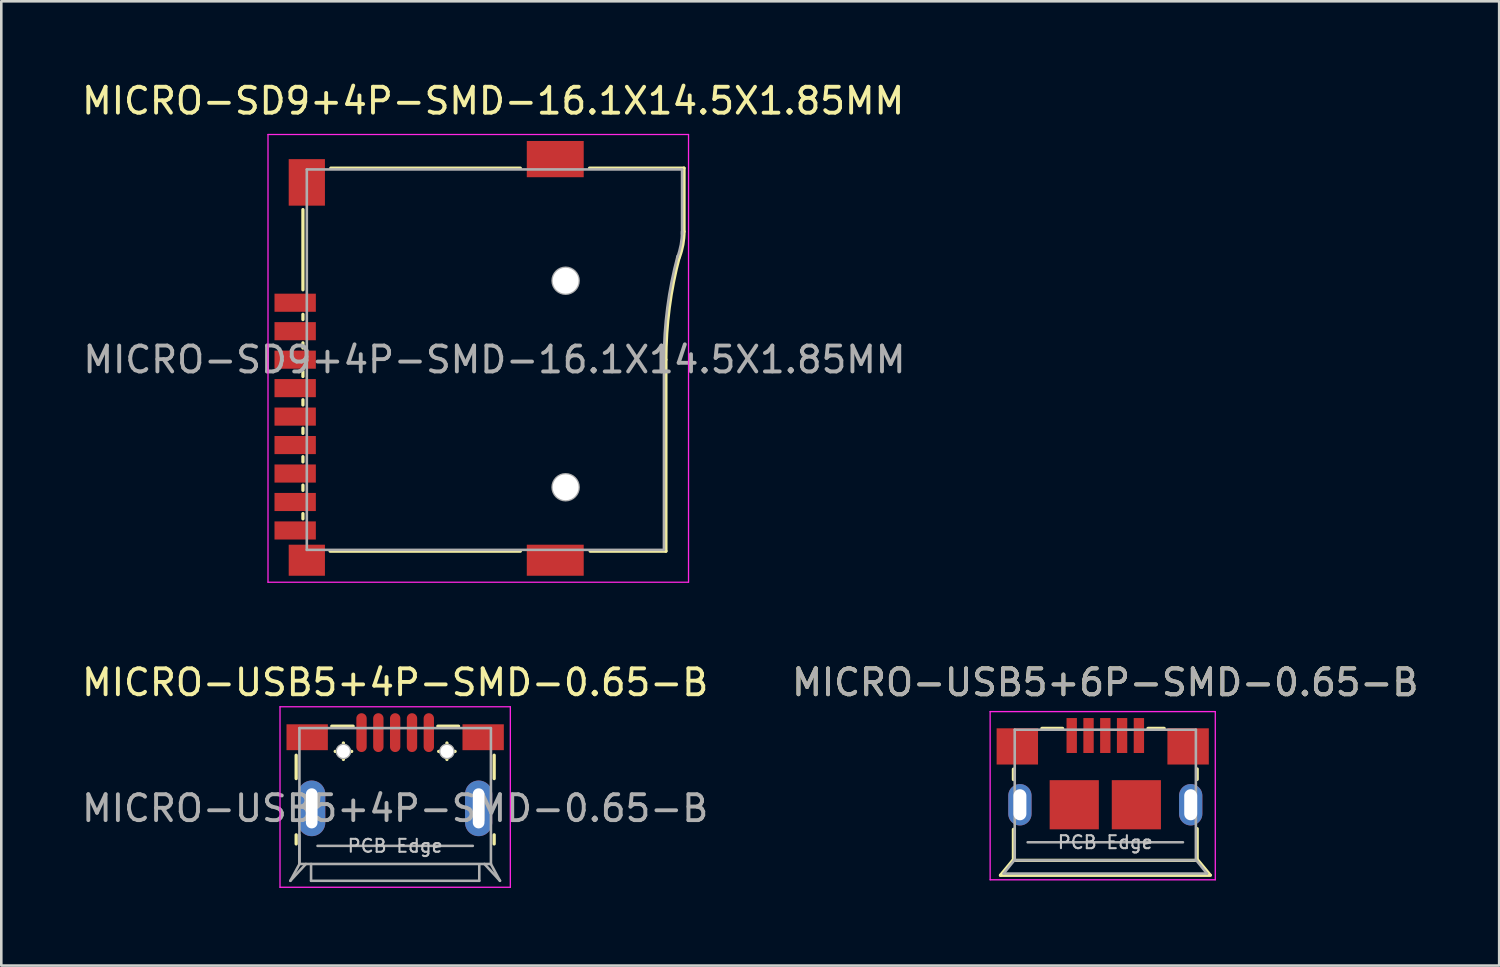
<source format=kicad_pcb>
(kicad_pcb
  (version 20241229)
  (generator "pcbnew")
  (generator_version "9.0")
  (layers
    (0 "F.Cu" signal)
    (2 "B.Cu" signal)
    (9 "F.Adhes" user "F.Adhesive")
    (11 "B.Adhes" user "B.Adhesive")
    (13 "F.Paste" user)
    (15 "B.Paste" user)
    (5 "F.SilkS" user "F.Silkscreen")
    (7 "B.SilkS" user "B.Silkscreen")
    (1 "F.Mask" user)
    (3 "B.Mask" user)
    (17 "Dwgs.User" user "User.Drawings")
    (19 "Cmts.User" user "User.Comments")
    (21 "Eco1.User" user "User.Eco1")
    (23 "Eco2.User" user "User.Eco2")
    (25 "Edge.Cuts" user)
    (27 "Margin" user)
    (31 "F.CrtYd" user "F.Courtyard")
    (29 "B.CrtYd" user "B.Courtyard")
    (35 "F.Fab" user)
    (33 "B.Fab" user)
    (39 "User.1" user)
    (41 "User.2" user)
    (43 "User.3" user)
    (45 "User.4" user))
  (footprint "MICRO-USB5+4P-SMD-0.65-B"
    (layer "F.Cu")
    (at 12.22 28.186)
    (property "Reference" "MICRO-USB5+4P-SMD-0.65-B" (at 0 -4.864 0) (layer "F.SilkS") (effects (font (size 1 1) (thickness 0.15))))
    (attr smd)
    (fp_line (start -3.825 -1.15) (end -3.825 -2.052) (stroke (width 0.127) (type solid)) (layer "F.SilkS"))
    (fp_line (start -3.825 1.375) (end -3.825 1.024) (stroke (width 0.127) (type solid)) (layer "F.SilkS"))
    (fp_line (start -2.45 -3.175) (end -1.625 -3.175) (stroke (width 0.127) (type solid)) (layer "F.SilkS"))
    (fp_line (start -2.316 -2.2) (end -1.681 -2.2) (stroke (width 0.127) (type solid)) (layer "F.SilkS"))
    (fp_line (start -2 -1.89) (end -2 -2.525) (stroke (width 0.127) (type solid)) (layer "F.SilkS"))
    (fp_line (start 1.65 -3.175) (end 2.45 -3.175) (stroke (width 0.127) (type solid)) (layer "F.SilkS"))
    (fp_line (start 1.681 -2.2) (end 2.316 -2.2) (stroke (width 0.127) (type solid)) (layer "F.SilkS"))
    (fp_line (start 2 -1.89) (end 2 -2.525) (stroke (width 0.127) (type solid)) (layer "F.SilkS"))
    (fp_line (start 3.825 -2.052) (end 3.825 -1.15) (stroke (width 0.127) (type solid)) (layer "F.SilkS"))
    (fp_line (start 3.825 1.024) (end 3.825 1.375) (stroke (width 0.127) (type solid)) (layer "F.SilkS"))
    (fp_circle (center -2 -2.2) (end -1.777 -2.2) (stroke (width 0.127) (type solid)) (fill no) (layer "F.SilkS"))
    (fp_circle (center 2 -2.2) (end 2.223 -2.2) (stroke (width 0.127) (type solid)) (fill no) (layer "F.SilkS"))
    (fp_line (start -4.45 -3.925) (end -4.45 3.05) (stroke (width 0.05) (type solid)) (layer "F.CrtYd"))
    (fp_line (start -4.45 3.05) (end 4.45 3.05) (stroke (width 0.05) (type solid)) (layer "F.CrtYd"))
    (fp_line (start 4.45 -3.925) (end -4.45 -3.925) (stroke (width 0.05) (type solid)) (layer "F.CrtYd"))
    (fp_line (start 4.45 3.05) (end 4.45 -3.925) (stroke (width 0.05) (type solid)) (layer "F.CrtYd"))
    (fp_line (start -3.702 -3.1) (end 3.698 -3.1) (stroke (width 0.1) (type solid)) (layer "F.Fab"))
    (fp_line (start -3.7 -3.1) (end -3.7 2.15) (stroke (width 0.1) (type solid)) (layer "F.Fab"))
    (fp_line (start -3.7 2.15) (end -3.7 1.024) (stroke (width 0.1) (type solid)) (layer "F.Fab"))
    (fp_line (start -3.7 2.15) (end 3.7 2.15) (stroke (width 0.1) (type solid)) (layer "F.Fab"))
    (fp_line (start -3.698 2.15) (end -4.05 2.8) (stroke (width 0.1) (type solid)) (layer "F.Fab"))
    (fp_line (start -3.45 2.15) (end -4.05 2.8) (stroke (width 0.1) (type solid)) (layer "F.Fab"))
    (fp_line (start -3.25 2.15) (end -3.25 2.8) (stroke (width 0.1) (type solid)) (layer "F.Fab"))
    (fp_line (start -3.25 2.8) (end 3.25 2.8) (stroke (width 0.1) (type solid)) (layer "F.Fab"))
    (fp_line (start 3 1.45) (end -3 1.45) (stroke (width 0.1) (type solid)) (layer "F.Fab"))
    (fp_line (start 3.25 2.175) (end 3.25 2.8) (stroke (width 0.1) (type solid)) (layer "F.Fab"))
    (fp_line (start 3.45 2.15) (end 4.05 2.8) (stroke (width 0.1) (type solid)) (layer "F.Fab"))
    (fp_line (start 3.698 2.15) (end 4.05 2.8) (stroke (width 0.1) (type solid)) (layer "F.Fab"))
    (fp_line (start 3.7 -3.1) (end 3.7 2.15) (stroke (width 0.1) (type solid)) (layer "F.Fab"))
    (fp_circle (center -2 -2.2) (end -1.75 -2.2) (stroke (width 0.1) (type solid)) (fill no) (layer "F.Fab"))
    (fp_circle (center 2 -2.2) (end 2.25 -2.2) (stroke (width 0.1) (type solid)) (fill no) (layer "F.Fab"))
    (fp_text user "PCB Edge" (at 0 1.45 0) (layer "Dwgs.User") (effects (font (size 0.5 0.5) (thickness 0.08))))
    (fp_text user "${REFERENCE}" (at 0 0 0) (layer "F.Fab") (effects (font (size 1 1) (thickness 0.15))))
    (pad "" np_thru_hole circle (at -2 -2.2) (size 0.5 0.5) (drill 0.5) (layers "*.Cu" "*.Mask"))
    (pad "" np_thru_hole circle (at 2 -2.2) (size 0.5 0.5) (drill 0.5) (layers "*.Cu" "*.Mask"))
    (pad "1" smd oval (at -1.3 -2.926 180) (size 0.4 1.5) (layers "F.Cu" "F.Mask" "F.Paste"))
    (pad "2" smd oval (at -0.65 -2.926 180) (size 0.4 1.5) (layers "F.Cu" "F.Mask" "F.Paste"))
    (pad "3" smd oval (at 0 -2.926 180) (size 0.4 1.5) (layers "F.Cu" "F.Mask" "F.Paste"))
    (pad "4" smd oval (at 0.65 -2.926 180) (size 0.4 1.5) (layers "F.Cu" "F.Mask" "F.Paste"))
    (pad "5" smd oval (at 1.3 -2.926 180) (size 0.4 1.5) (layers "F.Cu" "F.Mask" "F.Paste"))
    (pad "6" smd rect (at -3.4 -2.748 90) (size 1 1.598) (layers "F.Cu" "F.Mask" "F.Paste"))
    (pad "6" thru_hole oval (at -3.225 0 180) (size 1.05 2.15) (drill oval 0.45 1.55) (layers "*.Cu" "*.Mask"))
    (pad "6" thru_hole oval (at 3.225 0 180) (size 1.05 2.15) (drill oval 0.45 1.55) (layers "*.Cu" "*.Mask"))
    (pad "6" smd rect (at 3.4 -2.748 270) (size 1 1.598) (layers "F.Cu" "F.Mask" "F.Paste")))
  (footprint "MICRO-SD9+4P-SMD-16.1X14.5X1.85MM"
    (layer "F.Cu")
    (at 16.056 10.848)
    (property "Reference" "MICRO-SD9+4P-SMD-16.1X14.5X1.85MM" (at -0.05 -10 0) (layer "F.SilkS") (effects (font (size 1 1) (thickness 0.15))))
    (attr smd)
    (fp_line (start -7.4 -5.799) (end -7.4 -2.7) (stroke (width 0.127) (type solid)) (layer "F.SilkS"))
    (fp_line (start -7.4 -1.751) (end -7.4 -1.55) (stroke (width 0.127) (type solid)) (layer "F.SilkS"))
    (fp_line (start -7.4 -0.651) (end -7.4 -0.45) (stroke (width 0.127) (type solid)) (layer "F.SilkS"))
    (fp_line (start -7.4 0.449) (end -7.4 0.65) (stroke (width 0.127) (type solid)) (layer "F.SilkS"))
    (fp_line (start -7.4 1.549) (end -7.4 1.75) (stroke (width 0.127) (type solid)) (layer "F.SilkS"))
    (fp_line (start -7.4 2.649) (end -7.4 2.85) (stroke (width 0.127) (type solid)) (layer "F.SilkS"))
    (fp_line (start -7.4 3.749) (end -7.4 3.95) (stroke (width 0.127) (type solid)) (layer "F.SilkS"))
    (fp_line (start -7.4 4.849) (end -7.4 5.05) (stroke (width 0.127) (type solid)) (layer "F.SilkS"))
    (fp_line (start -7.4 5.949) (end -7.4 6.15) (stroke (width 0.127) (type solid)) (layer "F.SilkS"))
    (fp_line (start -6.35 7.4) (end 1 7.4) (stroke (width 0.127) (type solid)) (layer "F.SilkS"))
    (fp_line (start 1 -7.4) (end -6.325 -7.4) (stroke (width 0.127) (type solid)) (layer "F.SilkS"))
    (fp_line (start 2.3 -3.05) (end 3.202 -3.05) (stroke (width 0.127) (type solid)) (layer "F.SilkS"))
    (fp_line (start 2.3 4.925) (end 3.202 4.925) (stroke (width 0.127) (type solid)) (layer "F.SilkS"))
    (fp_line (start 2.75 -2.598) (end 2.75 -3.498) (stroke (width 0.127) (type solid)) (layer "F.SilkS"))
    (fp_line (start 2.75 5.374) (end 2.75 4.475) (stroke (width 0.127) (type solid)) (layer "F.SilkS"))
    (fp_line (start 3.7 7.4) (end 6.625 7.4) (stroke (width 0.127) (type solid)) (layer "F.SilkS"))
    (fp_line (start 6.625 0) (end 6.625 7.4) (stroke (width 0.127) (type solid)) (layer "F.SilkS"))
    (fp_line (start 7.325 -7.4) (end 3.675 -7.4) (stroke (width 0.127) (type solid)) (layer "F.SilkS"))
    (fp_line (start 7.325 -7.4) (end 7.325 -4.95) (stroke (width 0.127) (type solid)) (layer "F.SilkS"))
    (fp_arc (start 6.623554 -0.001246) (mid 6.755731 -2.017876) (end 7.15 -4) (stroke (width 0.127) (type solid)) (layer "F.SilkS"))
    (fp_arc (start 7.325 -4.95) (mid 7.278848 -4.442878) (end 7.14191 -3.952419) (stroke (width 0.127) (type solid)) (layer "F.SilkS"))
    (fp_circle (center 2.75 -3.05) (end 3.066 -3.05) (stroke (width 0.127) (type solid)) (fill no) (layer "F.SilkS"))
    (fp_circle (center 2.75 4.93) (end 3.066 4.93) (stroke (width 0.127) (type solid)) (fill no) (layer "F.SilkS"))
    (fp_line (start -8.75 -8.7) (end 7.5 -8.7) (stroke (width 0.05) (type solid)) (layer "F.CrtYd"))
    (fp_line (start -8.75 8.6) (end -8.75 -8.7) (stroke (width 0.05) (type solid)) (layer "F.CrtYd"))
    (fp_line (start 7.5 -8.7) (end 7.5 8.6) (stroke (width 0.05) (type solid)) (layer "F.CrtYd"))
    (fp_line (start 7.5 8.6) (end -8.75 8.6) (stroke (width 0.05) (type solid)) (layer "F.CrtYd"))
    (fp_line (start -7.25 -7.35) (end 7.25 -7.35) (stroke (width 0.1) (type solid)) (layer "F.Fab"))
    (fp_line (start -7.25 7.35) (end -7.25 -7.35) (stroke (width 0.1) (type solid)) (layer "F.Fab"))
    (fp_line (start -7.25 7.35) (end 6.55 7.35) (stroke (width 0.1) (type solid)) (layer "F.Fab"))
    (fp_line (start 6.55 0) (end 6.55 7.35) (stroke (width 0.1) (type solid)) (layer "F.Fab"))
    (fp_line (start 7.25 -4.85) (end 7.25 -7.35) (stroke (width 0.1) (type solid)) (layer "F.Fab"))
    (fp_arc (start 6.55 0) (mid 6.682177 -2.01663) (end 7.076446 -3.998754) (stroke (width 0.1) (type solid)) (layer "F.Fab"))
    (fp_arc (start 7.25 -4.95) (mid 7.203848 -4.442878) (end 7.06691 -3.952419) (stroke (width 0.1) (type solid)) (layer "F.Fab"))
    (fp_circle (center 2.75 -3.05) (end 3.25 -3.05) (stroke (width 0.1) (type solid)) (fill no) (layer "F.Fab"))
    (fp_circle (center 2.75 4.93) (end 3.25 4.93) (stroke (width 0.1) (type solid)) (fill no) (layer "F.Fab"))
    (fp_text user "${REFERENCE}" (at 0 0 0) (layer "F.Fab") (effects (font (size 1 1) (thickness 0.15))))
    (pad "" np_thru_hole circle (at 2.75 -3.05) (size 1 1) (drill 1) (layers "*.Cu" "*.Mask"))
    (pad "" np_thru_hole circle (at 2.75 4.93) (size 1 1) (drill 1) (layers "*.Cu" "*.Mask"))
    (pad "1" smd rect (at -7.7 -2.2) (size 1.598 0.7) (layers "F.Cu" "F.Mask" "F.Paste"))
    (pad "2" smd rect (at -7.7 -1.1 180) (size 1.598 0.7) (layers "F.Cu" "F.Mask" "F.Paste"))
    (pad "3" smd rect (at -7.7 0) (size 1.598 0.7) (layers "F.Cu" "F.Mask" "F.Paste"))
    (pad "4" smd rect (at -7.7 1.1) (size 1.598 0.7) (layers "F.Cu" "F.Mask" "F.Paste"))
    (pad "5" smd rect (at -7.7 2.2) (size 1.598 0.7) (layers "F.Cu" "F.Mask" "F.Paste"))
    (pad "6" smd rect (at -7.7 3.3) (size 1.598 0.7) (layers "F.Cu" "F.Mask" "F.Paste"))
    (pad "7" smd rect (at -7.7 4.4) (size 1.598 0.7) (layers "F.Cu" "F.Mask" "F.Paste"))
    (pad "8" smd rect (at -7.7 5.5) (size 1.598 0.7) (layers "F.Cu" "F.Mask" "F.Paste"))
    (pad "9" smd rect (at -7.7 6.6) (size 1.598 0.7) (layers "F.Cu" "F.Mask" "F.Paste"))
    (pad "10" smd rect (at -7.25 -6.85) (size 1.4 1.798) (layers "F.Cu" "F.Mask" "F.Paste"))
    (pad "11" smd rect (at 2.35 -7.75) (size 2.2 1.4) (layers "F.Cu" "F.Mask" "F.Paste"))
    (pad "12" smd rect (at -7.25 7.75) (size 1.4 1.2) (layers "F.Cu" "F.Mask" "F.Paste"))
    (pad "13" smd rect (at 2.35 7.75) (size 2.2 1.2) (layers "F.Cu" "F.Mask" "F.Paste")))
  (footprint "MICRO-USB5+6P-SMD-0.65-B"
    (layer "F.Cu")
    (at 39.661 28.047)
    (property "Reference" "MICRO-USB5+6P-SMD-0.65-B" (at 0 -4.725 0) (layer "F.SilkS") (effects (font (size 1 1) (thickness 0.15))))
    (attr smd)
    (fp_line (start -4.05 2.725) (end 4.05 2.725) (stroke (width 0.127) (type solid)) (layer "F.SilkS"))
    (fp_line (start -3.575 2.15) (end -4.05 2.725) (stroke (width 0.127) (type solid)) (layer "F.SilkS"))
    (fp_line (start -3.55 -0.975) (end -3.55 -1.375) (stroke (width 0.127) (type solid)) (layer "F.SilkS"))
    (fp_line (start -3.55 2.124) (end -3.55 0.95) (stroke (width 0.127) (type solid)) (layer "F.SilkS"))
    (fp_line (start -3.55 2.15) (end 3.55 2.15) (stroke (width 0.127) (type solid)) (layer "F.SilkS"))
    (fp_line (start -1.65 -2.95) (end -2.45 -2.95) (stroke (width 0.127) (type solid)) (layer "F.SilkS"))
    (fp_line (start 1.65 -2.95) (end 2.275 -2.95) (stroke (width 0.127) (type solid)) (layer "F.SilkS"))
    (fp_line (start 3.55 -1.383) (end 3.55 -0.981) (stroke (width 0.127) (type solid)) (layer "F.SilkS"))
    (fp_line (start 3.55 0.925) (end 3.55 2.124) (stroke (width 0.127) (type solid)) (layer "F.SilkS"))
    (fp_line (start 3.57 2.115) (end 4.075 2.725) (stroke (width 0.1) (type solid)) (layer "F.SilkS"))
    (fp_line (start -4.45 -3.6) (end 4.25 -3.6) (stroke (width 0.05) (type solid)) (layer "F.CrtYd"))
    (fp_line (start -4.45 2.9) (end -4.45 -3.6) (stroke (width 0.05) (type solid)) (layer "F.CrtYd"))
    (fp_line (start 4.25 -3.6) (end 4.25 2.9) (stroke (width 0.05) (type solid)) (layer "F.CrtYd"))
    (fp_line (start 4.25 2.9) (end -4.45 2.9) (stroke (width 0.05) (type solid)) (layer "F.CrtYd"))
    (fp_line (start -3.5 -2.9) (end -3.5 2.15) (stroke (width 0.1) (type solid)) (layer "F.Fab"))
    (fp_line (start -3.5 2.125) (end -3.93 2.66) (stroke (width 0.1) (type solid)) (layer "F.Fab"))
    (fp_line (start -3 1.45) (end 3 1.45) (stroke (width 0.1) (type solid)) (layer "F.Fab"))
    (fp_line (start 3.5 -2.9) (end -3.5 -2.9) (stroke (width 0.1) (type solid)) (layer "F.Fab"))
    (fp_line (start 3.5 -2.9) (end 3.5 2.15) (stroke (width 0.1) (type solid)) (layer "F.Fab"))
    (fp_line (start 3.5 2.125) (end 3.93 2.66) (stroke (width 0.1) (type solid)) (layer "F.Fab"))
    (fp_line (start 3.5 2.15) (end -3.5 2.15) (stroke (width 0.1) (type solid)) (layer "F.Fab"))
    (fp_line (start 3.93 2.66) (end -3.93 2.66) (stroke (width 0.1) (type solid)) (layer "F.Fab"))
    (fp_text user "PCB Edge" (at 0 1.45 0) (layer "Dwgs.User") (effects (font (size 0.5 0.5) (thickness 0.08))))
    (fp_text user "${REFERENCE}" (at 0 -4.725 0) (layer "F.Fab") (effects (font (size 1 1) (thickness 0.15))))
    (pad "" smd rect (at -1.2 0) (size 1.9 1.9) (layers "F.Cu" "F.Mask" "F.Paste"))
    (pad "" smd rect (at 1.2 0) (size 1.9 1.9) (layers "F.Cu" "F.Mask" "F.Paste"))
    (pad "1" smd rect (at -1.298 -2.675 180) (size 0.4 1.35) (layers "F.Cu" "F.Mask" "F.Paste"))
    (pad "2" smd rect (at -0.648 -2.675 180) (size 0.4 1.35) (layers "F.Cu" "F.Mask" "F.Paste"))
    (pad "3" smd rect (at 0 -2.675 180) (size 0.4 1.35) (layers "F.Cu" "F.Mask" "F.Paste"))
    (pad "4" smd rect (at 0.648 -2.675 180) (size 0.4 1.35) (layers "F.Cu" "F.Mask" "F.Paste"))
    (pad "5" smd rect (at 1.298 -2.675 180) (size 0.4 1.35) (layers "F.Cu" "F.Mask" "F.Paste"))
    (pad "6" smd rect (at -3.4 -2.254 90) (size 1.4 1.6) (layers "F.Cu" "F.Mask" "F.Paste"))
    (pad "6" thru_hole oval (at -3.3 0 180) (size 0.9 1.6) (drill oval 0.5 1.2) (layers "*.Cu" "*.Mask"))
    (pad "6" smd rect (at 3.2 -2.254 90) (size 1.4 1.6) (layers "F.Cu" "F.Mask" "F.Paste"))
    (pad "6" thru_hole oval (at 3.3 0 180) (size 0.9 1.6) (drill oval 0.5 1.2) (layers "*.Cu" "*.Mask")))
  (gr_rect
    (start -3 -3)
    (end 54.881 34.261)
    (stroke (width 0.1) (type default))
    (fill no)
    (layer "Edge.Cuts")))
</source>
